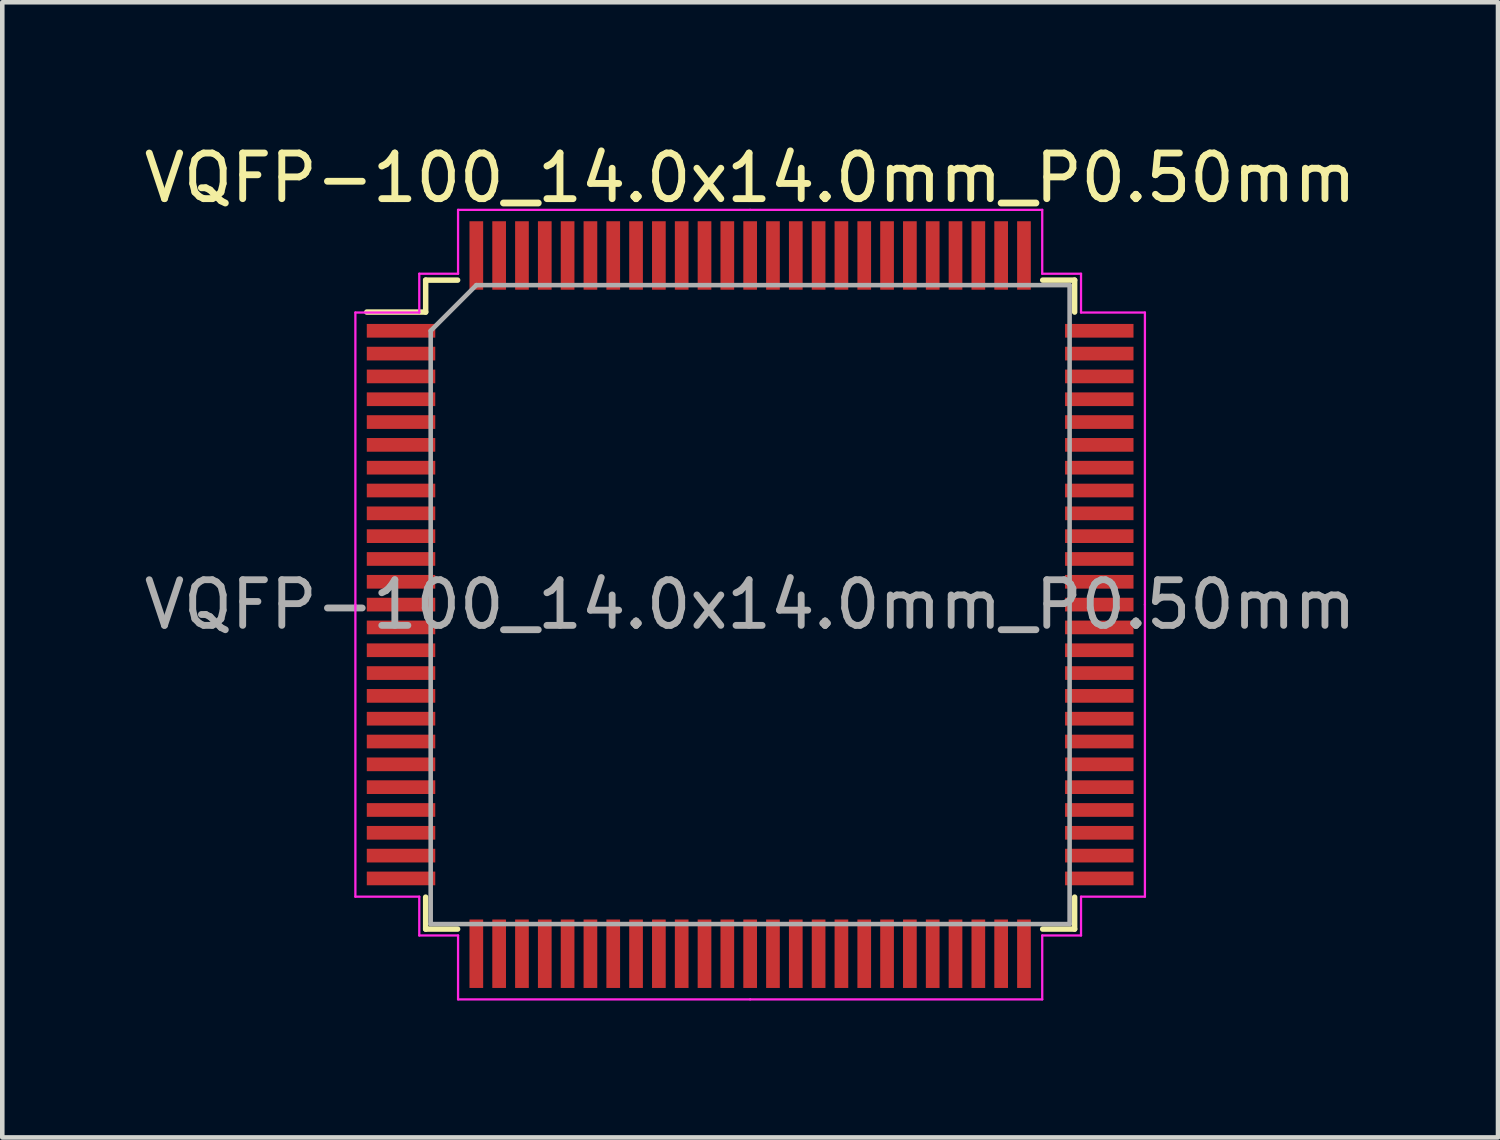
<source format=kicad_pcb>
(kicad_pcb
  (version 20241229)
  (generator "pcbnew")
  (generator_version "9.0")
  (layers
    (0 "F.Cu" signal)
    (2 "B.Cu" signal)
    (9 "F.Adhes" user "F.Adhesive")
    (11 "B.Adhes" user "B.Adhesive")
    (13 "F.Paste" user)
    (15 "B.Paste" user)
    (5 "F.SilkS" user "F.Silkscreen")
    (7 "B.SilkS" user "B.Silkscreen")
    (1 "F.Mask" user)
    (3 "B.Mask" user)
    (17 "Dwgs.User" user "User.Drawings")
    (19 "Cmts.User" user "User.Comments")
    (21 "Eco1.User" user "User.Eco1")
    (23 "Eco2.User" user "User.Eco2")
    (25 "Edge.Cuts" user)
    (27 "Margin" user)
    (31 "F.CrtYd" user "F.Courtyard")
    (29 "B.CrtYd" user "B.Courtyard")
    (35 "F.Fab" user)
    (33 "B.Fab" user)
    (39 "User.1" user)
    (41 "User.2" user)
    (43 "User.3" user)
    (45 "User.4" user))
  (footprint "VQFP-100_14.0x14.0mm_P0.50mm"
    (layer "F.Cu")
    (at 13.387 10.198)
    (property "Reference" "VQFP-100_14.0x14.0mm_P0.50mm" (at 0 -9.35 0) (layer "F.SilkS") (effects (font (size 1 1) (thickness 0.15))))
    (attr smd)
    (fp_line (start -7.11 -7.11) (end -7.11 -6.41) (stroke (width 0.12) (type solid)) (layer "F.SilkS"))
    (fp_line (start -7.11 -6.41) (end -8.4 -6.41) (stroke (width 0.12) (type solid)) (layer "F.SilkS"))
    (fp_line (start -7.11 7.11) (end -7.11 6.41) (stroke (width 0.12) (type solid)) (layer "F.SilkS"))
    (fp_line (start -6.41 -7.11) (end -7.11 -7.11) (stroke (width 0.12) (type solid)) (layer "F.SilkS"))
    (fp_line (start -6.41 7.11) (end -7.11 7.11) (stroke (width 0.12) (type solid)) (layer "F.SilkS"))
    (fp_line (start 6.41 -7.11) (end 7.11 -7.11) (stroke (width 0.12) (type solid)) (layer "F.SilkS"))
    (fp_line (start 6.41 7.11) (end 7.11 7.11) (stroke (width 0.12) (type solid)) (layer "F.SilkS"))
    (fp_line (start 7.11 -7.11) (end 7.11 -6.41) (stroke (width 0.12) (type solid)) (layer "F.SilkS"))
    (fp_line (start 7.11 7.11) (end 7.11 6.41) (stroke (width 0.12) (type solid)) (layer "F.SilkS"))
    (fp_line (start -8.65 -6.4) (end -8.65 0) (stroke (width 0.05) (type solid)) (layer "F.CrtYd"))
    (fp_line (start -8.65 6.4) (end -8.65 0) (stroke (width 0.05) (type solid)) (layer "F.CrtYd"))
    (fp_line (start -7.25 -7.25) (end -7.25 -6.4) (stroke (width 0.05) (type solid)) (layer "F.CrtYd"))
    (fp_line (start -7.25 -6.4) (end -8.65 -6.4) (stroke (width 0.05) (type solid)) (layer "F.CrtYd"))
    (fp_line (start -7.25 6.4) (end -8.65 6.4) (stroke (width 0.05) (type solid)) (layer "F.CrtYd"))
    (fp_line (start -7.25 7.25) (end -7.25 6.4) (stroke (width 0.05) (type solid)) (layer "F.CrtYd"))
    (fp_line (start -6.4 -8.65) (end -6.4 -7.25) (stroke (width 0.05) (type solid)) (layer "F.CrtYd"))
    (fp_line (start -6.4 -7.25) (end -7.25 -7.25) (stroke (width 0.05) (type solid)) (layer "F.CrtYd"))
    (fp_line (start -6.4 7.25) (end -7.25 7.25) (stroke (width 0.05) (type solid)) (layer "F.CrtYd"))
    (fp_line (start -6.4 8.65) (end -6.4 7.25) (stroke (width 0.05) (type solid)) (layer "F.CrtYd"))
    (fp_line (start 0 -8.65) (end -6.4 -8.65) (stroke (width 0.05) (type solid)) (layer "F.CrtYd"))
    (fp_line (start 0 -8.65) (end 6.4 -8.65) (stroke (width 0.05) (type solid)) (layer "F.CrtYd"))
    (fp_line (start 0 8.65) (end -6.4 8.65) (stroke (width 0.05) (type solid)) (layer "F.CrtYd"))
    (fp_line (start 0 8.65) (end 6.4 8.65) (stroke (width 0.05) (type solid)) (layer "F.CrtYd"))
    (fp_line (start 6.4 -8.65) (end 6.4 -7.25) (stroke (width 0.05) (type solid)) (layer "F.CrtYd"))
    (fp_line (start 6.4 -7.25) (end 7.25 -7.25) (stroke (width 0.05) (type solid)) (layer "F.CrtYd"))
    (fp_line (start 6.4 7.25) (end 7.25 7.25) (stroke (width 0.05) (type solid)) (layer "F.CrtYd"))
    (fp_line (start 6.4 8.65) (end 6.4 7.25) (stroke (width 0.05) (type solid)) (layer "F.CrtYd"))
    (fp_line (start 7.25 -7.25) (end 7.25 -6.4) (stroke (width 0.05) (type solid)) (layer "F.CrtYd"))
    (fp_line (start 7.25 -6.4) (end 8.65 -6.4) (stroke (width 0.05) (type solid)) (layer "F.CrtYd"))
    (fp_line (start 7.25 6.4) (end 8.65 6.4) (stroke (width 0.05) (type solid)) (layer "F.CrtYd"))
    (fp_line (start 7.25 7.25) (end 7.25 6.4) (stroke (width 0.05) (type solid)) (layer "F.CrtYd"))
    (fp_line (start 8.65 -6.4) (end 8.65 0) (stroke (width 0.05) (type solid)) (layer "F.CrtYd"))
    (fp_line (start 8.65 6.4) (end 8.65 0) (stroke (width 0.05) (type solid)) (layer "F.CrtYd"))
    (fp_line (start -7 -6) (end -6 -7) (stroke (width 0.1) (type solid)) (layer "F.Fab"))
    (fp_line (start -7 7) (end -7 -6) (stroke (width 0.1) (type solid)) (layer "F.Fab"))
    (fp_line (start -6 -7) (end 7 -7) (stroke (width 0.1) (type solid)) (layer "F.Fab"))
    (fp_line (start 7 -7) (end 7 7) (stroke (width 0.1) (type solid)) (layer "F.Fab"))
    (fp_line (start 7 7) (end -7 7) (stroke (width 0.1) (type solid)) (layer "F.Fab"))
    (fp_text user "${REFERENCE}" (at 0 0 0) (layer "F.Fab") (effects (font (size 1 1) (thickness 0.15))))
    (pad "1" smd rect (at -7.65 -6) (size 1.5 0.3) (layers "F.Cu" "F.Mask" "F.Paste"))
    (pad "2" smd rect (at -7.65 -5.5) (size 1.5 0.3) (layers "F.Cu" "F.Mask" "F.Paste"))
    (pad "3" smd rect (at -7.65 -5) (size 1.5 0.3) (layers "F.Cu" "F.Mask" "F.Paste"))
    (pad "4" smd rect (at -7.65 -4.5) (size 1.5 0.3) (layers "F.Cu" "F.Mask" "F.Paste"))
    (pad "5" smd rect (at -7.65 -4) (size 1.5 0.3) (layers "F.Cu" "F.Mask" "F.Paste"))
    (pad "6" smd rect (at -7.65 -3.5) (size 1.5 0.3) (layers "F.Cu" "F.Mask" "F.Paste"))
    (pad "7" smd rect (at -7.65 -3) (size 1.5 0.3) (layers "F.Cu" "F.Mask" "F.Paste"))
    (pad "8" smd rect (at -7.65 -2.5) (size 1.5 0.3) (layers "F.Cu" "F.Mask" "F.Paste"))
    (pad "9" smd rect (at -7.65 -2) (size 1.5 0.3) (layers "F.Cu" "F.Mask" "F.Paste"))
    (pad "10" smd rect (at -7.65 -1.5) (size 1.5 0.3) (layers "F.Cu" "F.Mask" "F.Paste"))
    (pad "11" smd rect (at -7.65 -1) (size 1.5 0.3) (layers "F.Cu" "F.Mask" "F.Paste"))
    (pad "12" smd rect (at -7.65 -0.5) (size 1.5 0.3) (layers "F.Cu" "F.Mask" "F.Paste"))
    (pad "13" smd rect (at -7.65 0) (size 1.5 0.3) (layers "F.Cu" "F.Mask" "F.Paste"))
    (pad "14" smd rect (at -7.65 0.5) (size 1.5 0.3) (layers "F.Cu" "F.Mask" "F.Paste"))
    (pad "15" smd rect (at -7.65 1) (size 1.5 0.3) (layers "F.Cu" "F.Mask" "F.Paste"))
    (pad "16" smd rect (at -7.65 1.5) (size 1.5 0.3) (layers "F.Cu" "F.Mask" "F.Paste"))
    (pad "17" smd rect (at -7.65 2) (size 1.5 0.3) (layers "F.Cu" "F.Mask" "F.Paste"))
    (pad "18" smd rect (at -7.65 2.5) (size 1.5 0.3) (layers "F.Cu" "F.Mask" "F.Paste"))
    (pad "19" smd rect (at -7.65 3) (size 1.5 0.3) (layers "F.Cu" "F.Mask" "F.Paste"))
    (pad "20" smd rect (at -7.65 3.5) (size 1.5 0.3) (layers "F.Cu" "F.Mask" "F.Paste"))
    (pad "21" smd rect (at -7.65 4) (size 1.5 0.3) (layers "F.Cu" "F.Mask" "F.Paste"))
    (pad "22" smd rect (at -7.65 4.5) (size 1.5 0.3) (layers "F.Cu" "F.Mask" "F.Paste"))
    (pad "23" smd rect (at -7.65 5) (size 1.5 0.3) (layers "F.Cu" "F.Mask" "F.Paste"))
    (pad "24" smd rect (at -7.65 5.5) (size 1.5 0.3) (layers "F.Cu" "F.Mask" "F.Paste"))
    (pad "25" smd rect (at -7.65 6) (size 1.5 0.3) (layers "F.Cu" "F.Mask" "F.Paste"))
    (pad "26" smd rect (at -6 7.65) (size 0.3 1.5) (layers "F.Cu" "F.Mask" "F.Paste"))
    (pad "27" smd rect (at -5.5 7.65) (size 0.3 1.5) (layers "F.Cu" "F.Mask" "F.Paste"))
    (pad "28" smd rect (at -5 7.65) (size 0.3 1.5) (layers "F.Cu" "F.Mask" "F.Paste"))
    (pad "29" smd rect (at -4.5 7.65) (size 0.3 1.5) (layers "F.Cu" "F.Mask" "F.Paste"))
    (pad "30" smd rect (at -4 7.65) (size 0.3 1.5) (layers "F.Cu" "F.Mask" "F.Paste"))
    (pad "31" smd rect (at -3.5 7.65) (size 0.3 1.5) (layers "F.Cu" "F.Mask" "F.Paste"))
    (pad "32" smd rect (at -3 7.65) (size 0.3 1.5) (layers "F.Cu" "F.Mask" "F.Paste"))
    (pad "33" smd rect (at -2.5 7.65) (size 0.3 1.5) (layers "F.Cu" "F.Mask" "F.Paste"))
    (pad "34" smd rect (at -2 7.65) (size 0.3 1.5) (layers "F.Cu" "F.Mask" "F.Paste"))
    (pad "35" smd rect (at -1.5 7.65) (size 0.3 1.5) (layers "F.Cu" "F.Mask" "F.Paste"))
    (pad "36" smd rect (at -1 7.65) (size 0.3 1.5) (layers "F.Cu" "F.Mask" "F.Paste"))
    (pad "37" smd rect (at -0.5 7.65) (size 0.3 1.5) (layers "F.Cu" "F.Mask" "F.Paste"))
    (pad "38" smd rect (at 0 7.65) (size 0.3 1.5) (layers "F.Cu" "F.Mask" "F.Paste"))
    (pad "39" smd rect (at 0.5 7.65) (size 0.3 1.5) (layers "F.Cu" "F.Mask" "F.Paste"))
    (pad "40" smd rect (at 1 7.65) (size 0.3 1.5) (layers "F.Cu" "F.Mask" "F.Paste"))
    (pad "41" smd rect (at 1.5 7.65) (size 0.3 1.5) (layers "F.Cu" "F.Mask" "F.Paste"))
    (pad "42" smd rect (at 2 7.65) (size 0.3 1.5) (layers "F.Cu" "F.Mask" "F.Paste"))
    (pad "43" smd rect (at 2.5 7.65) (size 0.3 1.5) (layers "F.Cu" "F.Mask" "F.Paste"))
    (pad "44" smd rect (at 3 7.65) (size 0.3 1.5) (layers "F.Cu" "F.Mask" "F.Paste"))
    (pad "45" smd rect (at 3.5 7.65) (size 0.3 1.5) (layers "F.Cu" "F.Mask" "F.Paste"))
    (pad "46" smd rect (at 4 7.65) (size 0.3 1.5) (layers "F.Cu" "F.Mask" "F.Paste"))
    (pad "47" smd rect (at 4.5 7.65) (size 0.3 1.5) (layers "F.Cu" "F.Mask" "F.Paste"))
    (pad "48" smd rect (at 5 7.65) (size 0.3 1.5) (layers "F.Cu" "F.Mask" "F.Paste"))
    (pad "49" smd rect (at 5.5 7.65) (size 0.3 1.5) (layers "F.Cu" "F.Mask" "F.Paste"))
    (pad "50" smd rect (at 6 7.65) (size 0.3 1.5) (layers "F.Cu" "F.Mask" "F.Paste"))
    (pad "51" smd rect (at 7.65 6) (size 1.5 0.3) (layers "F.Cu" "F.Mask" "F.Paste"))
    (pad "52" smd rect (at 7.65 5.5) (size 1.5 0.3) (layers "F.Cu" "F.Mask" "F.Paste"))
    (pad "53" smd rect (at 7.65 5) (size 1.5 0.3) (layers "F.Cu" "F.Mask" "F.Paste"))
    (pad "54" smd rect (at 7.65 4.5) (size 1.5 0.3) (layers "F.Cu" "F.Mask" "F.Paste"))
    (pad "55" smd rect (at 7.65 4) (size 1.5 0.3) (layers "F.Cu" "F.Mask" "F.Paste"))
    (pad "56" smd rect (at 7.65 3.5) (size 1.5 0.3) (layers "F.Cu" "F.Mask" "F.Paste"))
    (pad "57" smd rect (at 7.65 3) (size 1.5 0.3) (layers "F.Cu" "F.Mask" "F.Paste"))
    (pad "58" smd rect (at 7.65 2.5) (size 1.5 0.3) (layers "F.Cu" "F.Mask" "F.Paste"))
    (pad "59" smd rect (at 7.65 2) (size 1.5 0.3) (layers "F.Cu" "F.Mask" "F.Paste"))
    (pad "60" smd rect (at 7.65 1.5) (size 1.5 0.3) (layers "F.Cu" "F.Mask" "F.Paste"))
    (pad "61" smd rect (at 7.65 1) (size 1.5 0.3) (layers "F.Cu" "F.Mask" "F.Paste"))
    (pad "62" smd rect (at 7.65 0.5) (size 1.5 0.3) (layers "F.Cu" "F.Mask" "F.Paste"))
    (pad "63" smd rect (at 7.65 0) (size 1.5 0.3) (layers "F.Cu" "F.Mask" "F.Paste"))
    (pad "64" smd rect (at 7.65 -0.5) (size 1.5 0.3) (layers "F.Cu" "F.Mask" "F.Paste"))
    (pad "65" smd rect (at 7.65 -1) (size 1.5 0.3) (layers "F.Cu" "F.Mask" "F.Paste"))
    (pad "66" smd rect (at 7.65 -1.5) (size 1.5 0.3) (layers "F.Cu" "F.Mask" "F.Paste"))
    (pad "67" smd rect (at 7.65 -2) (size 1.5 0.3) (layers "F.Cu" "F.Mask" "F.Paste"))
    (pad "68" smd rect (at 7.65 -2.5) (size 1.5 0.3) (layers "F.Cu" "F.Mask" "F.Paste"))
    (pad "69" smd rect (at 7.65 -3) (size 1.5 0.3) (layers "F.Cu" "F.Mask" "F.Paste"))
    (pad "70" smd rect (at 7.65 -3.5) (size 1.5 0.3) (layers "F.Cu" "F.Mask" "F.Paste"))
    (pad "71" smd rect (at 7.65 -4) (size 1.5 0.3) (layers "F.Cu" "F.Mask" "F.Paste"))
    (pad "72" smd rect (at 7.65 -4.5) (size 1.5 0.3) (layers "F.Cu" "F.Mask" "F.Paste"))
    (pad "73" smd rect (at 7.65 -5) (size 1.5 0.3) (layers "F.Cu" "F.Mask" "F.Paste"))
    (pad "74" smd rect (at 7.65 -5.5) (size 1.5 0.3) (layers "F.Cu" "F.Mask" "F.Paste"))
    (pad "75" smd rect (at 7.65 -6) (size 1.5 0.3) (layers "F.Cu" "F.Mask" "F.Paste"))
    (pad "76" smd rect (at 6 -7.65) (size 0.3 1.5) (layers "F.Cu" "F.Mask" "F.Paste"))
    (pad "77" smd rect (at 5.5 -7.65) (size 0.3 1.5) (layers "F.Cu" "F.Mask" "F.Paste"))
    (pad "78" smd rect (at 5 -7.65) (size 0.3 1.5) (layers "F.Cu" "F.Mask" "F.Paste"))
    (pad "79" smd rect (at 4.5 -7.65) (size 0.3 1.5) (layers "F.Cu" "F.Mask" "F.Paste"))
    (pad "80" smd rect (at 4 -7.65) (size 0.3 1.5) (layers "F.Cu" "F.Mask" "F.Paste"))
    (pad "81" smd rect (at 3.5 -7.65) (size 0.3 1.5) (layers "F.Cu" "F.Mask" "F.Paste"))
    (pad "82" smd rect (at 3 -7.65) (size 0.3 1.5) (layers "F.Cu" "F.Mask" "F.Paste"))
    (pad "83" smd rect (at 2.5 -7.65) (size 0.3 1.5) (layers "F.Cu" "F.Mask" "F.Paste"))
    (pad "84" smd rect (at 2 -7.65) (size 0.3 1.5) (layers "F.Cu" "F.Mask" "F.Paste"))
    (pad "85" smd rect (at 1.5 -7.65) (size 0.3 1.5) (layers "F.Cu" "F.Mask" "F.Paste"))
    (pad "86" smd rect (at 1 -7.65) (size 0.3 1.5) (layers "F.Cu" "F.Mask" "F.Paste"))
    (pad "87" smd rect (at 0.5 -7.65) (size 0.3 1.5) (layers "F.Cu" "F.Mask" "F.Paste"))
    (pad "88" smd rect (at 0 -7.65) (size 0.3 1.5) (layers "F.Cu" "F.Mask" "F.Paste"))
    (pad "89" smd rect (at -0.5 -7.65) (size 0.3 1.5) (layers "F.Cu" "F.Mask" "F.Paste"))
    (pad "90" smd rect (at -1 -7.65) (size 0.3 1.5) (layers "F.Cu" "F.Mask" "F.Paste"))
    (pad "91" smd rect (at -1.5 -7.65) (size 0.3 1.5) (layers "F.Cu" "F.Mask" "F.Paste"))
    (pad "92" smd rect (at -2 -7.65) (size 0.3 1.5) (layers "F.Cu" "F.Mask" "F.Paste"))
    (pad "93" smd rect (at -2.5 -7.65) (size 0.3 1.5) (layers "F.Cu" "F.Mask" "F.Paste"))
    (pad "94" smd rect (at -3 -7.65) (size 0.3 1.5) (layers "F.Cu" "F.Mask" "F.Paste"))
    (pad "95" smd rect (at -3.5 -7.65) (size 0.3 1.5) (layers "F.Cu" "F.Mask" "F.Paste"))
    (pad "96" smd rect (at -4 -7.65) (size 0.3 1.5) (layers "F.Cu" "F.Mask" "F.Paste"))
    (pad "97" smd rect (at -4.5 -7.65) (size 0.3 1.5) (layers "F.Cu" "F.Mask" "F.Paste"))
    (pad "98" smd rect (at -5 -7.65) (size 0.3 1.5) (layers "F.Cu" "F.Mask" "F.Paste"))
    (pad "99" smd rect (at -5.5 -7.65) (size 0.3 1.5) (layers "F.Cu" "F.Mask" "F.Paste"))
    (pad "100" smd rect (at -6 -7.65) (size 0.3 1.5) (layers "F.Cu" "F.Mask" "F.Paste")))
  (gr_rect
    (start -3 -3)
    (end 29.774 21.873)
    (stroke (width 0.1) (type default))
    (fill no)
    (layer "Edge.Cuts")))
</source>
